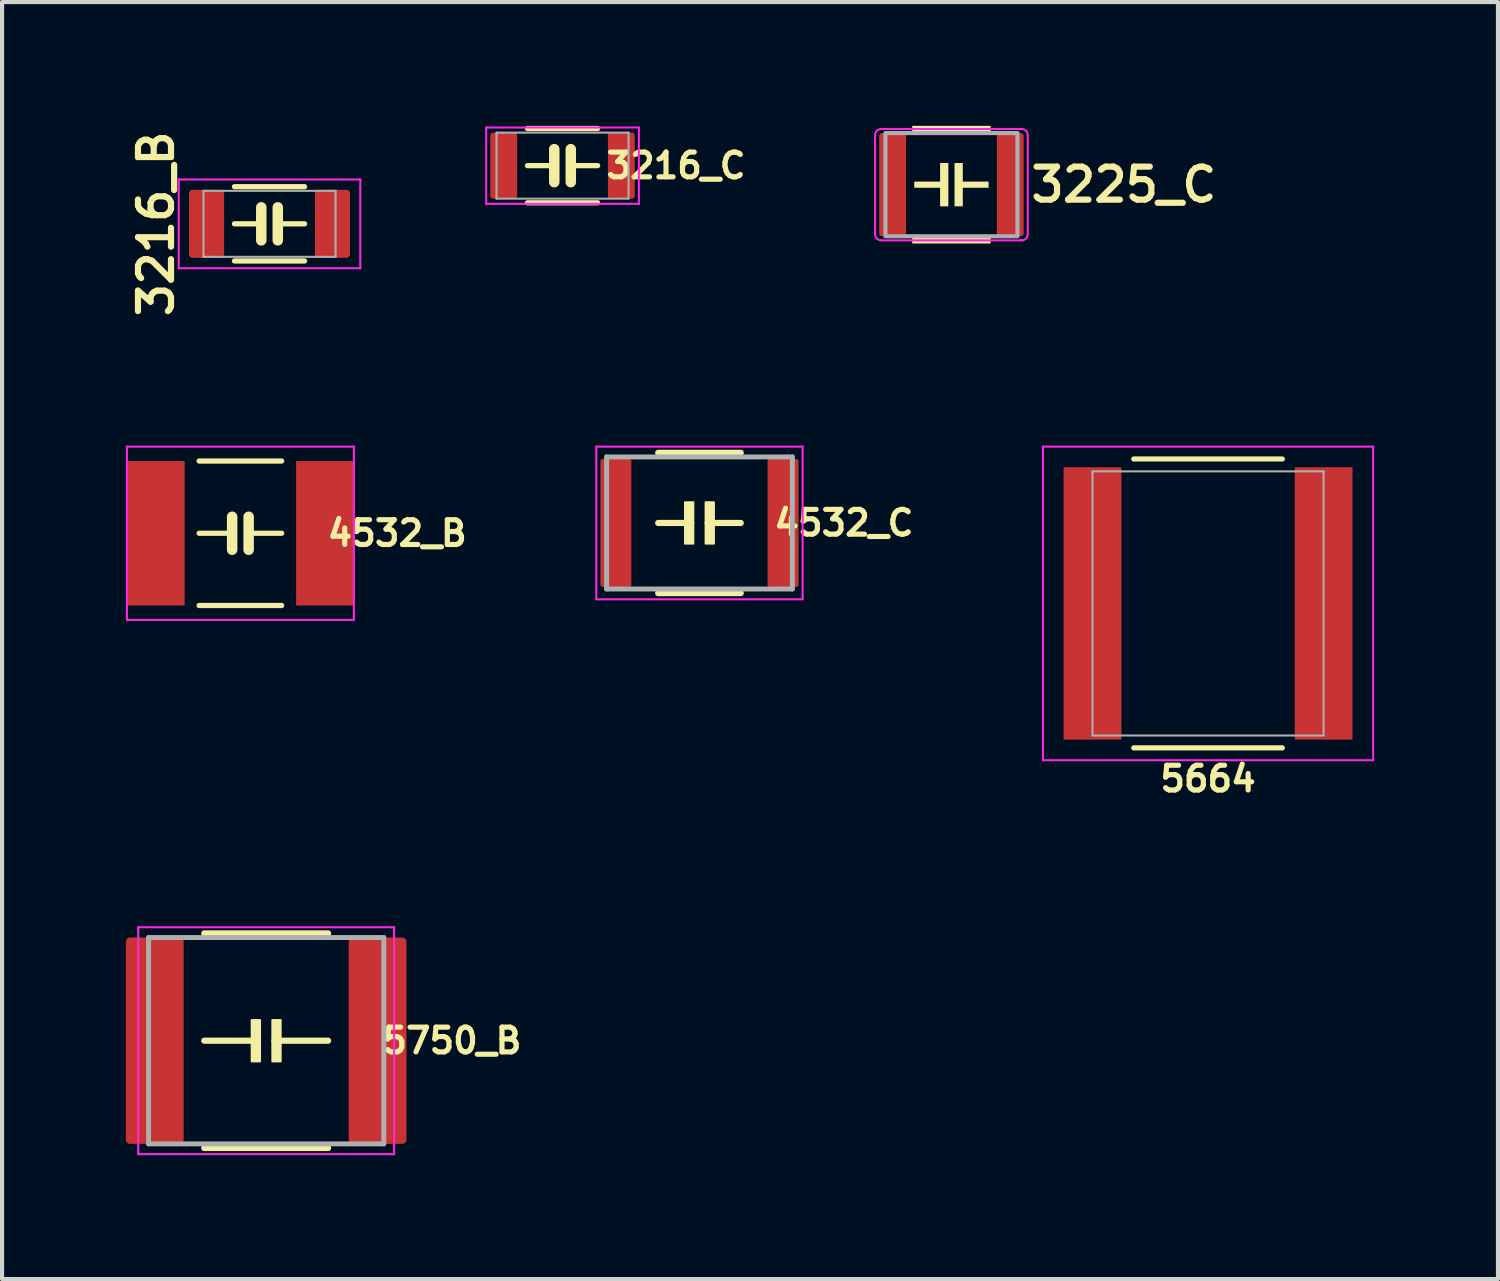
<source format=kicad_pcb>
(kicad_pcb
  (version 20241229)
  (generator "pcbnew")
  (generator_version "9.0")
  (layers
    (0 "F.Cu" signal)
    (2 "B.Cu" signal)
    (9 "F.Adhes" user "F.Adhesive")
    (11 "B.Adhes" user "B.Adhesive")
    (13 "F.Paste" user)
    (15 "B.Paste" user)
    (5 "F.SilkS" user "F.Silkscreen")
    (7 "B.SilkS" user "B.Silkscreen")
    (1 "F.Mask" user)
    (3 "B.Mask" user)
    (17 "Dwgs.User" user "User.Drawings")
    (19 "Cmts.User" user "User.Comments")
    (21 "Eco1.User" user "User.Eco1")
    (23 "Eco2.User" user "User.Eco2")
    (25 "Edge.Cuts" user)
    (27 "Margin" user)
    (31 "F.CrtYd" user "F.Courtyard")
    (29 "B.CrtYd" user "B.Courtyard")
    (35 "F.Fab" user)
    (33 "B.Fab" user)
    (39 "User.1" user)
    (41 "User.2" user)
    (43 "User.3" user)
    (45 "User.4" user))
  (footprint "4532_B"
    (layer "F.Cu")
    (at 2.775 9.872)
    (property "Reference" "4532_B" (at 3.8 0 0) (layer "F.SilkS") (effects (font (size 0.6 0.6) (thickness 0.125))))
    (attr smd)
    (fp_line (start -1 -1.75) (end 1 -1.75) (stroke (width 0.127) (type solid)) (layer "F.SilkS"))
    (fp_line (start -1 1.75) (end 1 1.75) (stroke (width 0.127) (type solid)) (layer "F.SilkS"))
    (fp_line (start -0.2 -0.4) (end -0.2 0.4) (stroke (width 0.254) (type solid)) (layer "F.SilkS"))
    (fp_line (start -0.2 0) (end -1 0) (stroke (width 0.127) (type solid)) (layer "F.SilkS"))
    (fp_line (start 0.2 -0.4) (end 0.2 0.4) (stroke (width 0.254) (type solid)) (layer "F.SilkS"))
    (fp_line (start 0.2 0) (end 1 0) (stroke (width 0.127) (type solid)) (layer "F.SilkS"))
    (fp_line (start -2.75 -2.1) (end -2.75 2.1) (stroke (width 0.05) (type solid)) (layer "F.CrtYd"))
    (fp_line (start -2.75 -2.1) (end 2.75 -2.1) (stroke (width 0.05) (type solid)) (layer "F.CrtYd"))
    (fp_line (start 2.75 -2.1) (end 2.75 2.1) (stroke (width 0.05) (type solid)) (layer "F.CrtYd"))
    (fp_line (start 2.75 2.1) (end -2.75 2.1) (stroke (width 0.05) (type solid)) (layer "F.CrtYd"))
    (pad "1" smd rect (at -2.05 0) (size 1.4 3.5) (layers "F.Cu" "F.Mask" "F.Paste"))
    (pad "2" smd rect (at 2.05 0) (size 1.4 3.5) (layers "F.Cu" "F.Mask" "F.Paste")))
  (footprint "4532_C"
    (layer "F.Cu")
    (at 13.899 9.622)
    (property "Reference" "4532_C" (at 3.5 0 0) (layer "F.SilkS") (effects (font (size 0.6 0.6) (thickness 0.125))))
    (attr smd)
    (fp_line (start -1 -1.7) (end 1 -1.7) (stroke (width 0.15) (type solid)) (layer "F.SilkS"))
    (fp_line (start -1 1.7) (end 1 1.7) (stroke (width 0.15) (type solid)) (layer "F.SilkS"))
    (fp_line (start -0.2 0) (end -1 0) (stroke (width 0.15) (type solid)) (layer "F.SilkS"))
    (fp_line (start 0.2 0) (end 1 0) (stroke (width 0.15) (type solid)) (layer "F.SilkS"))
    (fp_poly (pts (xy -0.35 -0.5) (xy -0.35 0.5) (xy -0.15 0.5) (xy -0.15 -0.5)) (stroke (width 0.05) (type solid)) (fill yes) (layer "F.SilkS"))
    (fp_poly (pts (xy 0.15 -0.5) (xy 0.15 0.5) (xy 0.35 0.5) (xy 0.35 -0.5)) (stroke (width 0.05) (type solid)) (fill yes) (layer "F.SilkS"))
    (fp_line (start -2.5 -1.85) (end -2.5 1.85) (stroke (width 0.05) (type solid)) (layer "F.CrtYd"))
    (fp_line (start -2.5 -1.85) (end 2.5 -1.85) (stroke (width 0.05) (type solid)) (layer "F.CrtYd"))
    (fp_line (start 2.5 -1.85) (end 2.5 1.85) (stroke (width 0.05) (type solid)) (layer "F.CrtYd"))
    (fp_line (start 2.5 1.85) (end -2.5 1.85) (stroke (width 0.05) (type solid)) (layer "F.CrtYd"))
    (fp_line (start -2.25 -1.6) (end 2.25 -1.6) (stroke (width 0.12) (type solid)) (layer "F.Fab"))
    (fp_line (start -2.25 1.6) (end -2.25 -1.6) (stroke (width 0.12) (type solid)) (layer "F.Fab"))
    (fp_line (start 2.25 -1.6) (end 2.25 1.6) (stroke (width 0.12) (type solid)) (layer "F.Fab"))
    (fp_line (start 2.25 1.6) (end -2.25 1.6) (stroke (width 0.12) (type solid)) (layer "F.Fab"))
    (pad "1" smd roundrect (at -2.025 0) (size 0.75 3.1) (layers "F.Cu" "F.Mask" "F.Paste") (roundrect_rratio 0.067))
    (pad "2" smd roundrect (at 2.025 0) (size 0.75 3.1) (layers "F.Cu" "F.Mask" "F.Paste") (roundrect_rratio 0.067)))
  (footprint "5664"
    (layer "F.Cu")
    (at 26.223 11.572)
    (property "Reference" "5664" (at 0 4.25 0) (layer "F.SilkS") (effects (font (size 0.6 0.6) (thickness 0.125))))
    (attr through_hole)
    (fp_line (start -1.8 -3.5) (end 1.8 -3.5) (stroke (width 0.125) (type solid)) (layer "F.SilkS"))
    (fp_line (start -1.8 3.5) (end 1.8 3.5) (stroke (width 0.125) (type solid)) (layer "F.SilkS"))
    (fp_line (start -4 -3.8) (end 4 -3.8) (stroke (width 0.05) (type solid)) (layer "F.CrtYd"))
    (fp_line (start -4 3.8) (end -4 -3.8) (stroke (width 0.05) (type solid)) (layer "F.CrtYd"))
    (fp_line (start 4 -3.8) (end 4 3.8) (stroke (width 0.05) (type solid)) (layer "F.CrtYd"))
    (fp_line (start 4 3.8) (end -4 3.8) (stroke (width 0.05) (type solid)) (layer "F.CrtYd"))
    (fp_line (start -2.8 -3.2) (end 2.8 -3.2) (stroke (width 0.05) (type solid)) (layer "F.Fab"))
    (fp_line (start -2.8 3.2) (end -2.8 -3.2) (stroke (width 0.05) (type solid)) (layer "F.Fab"))
    (fp_line (start 2.8 -3.2) (end 2.8 3.2) (stroke (width 0.05) (type solid)) (layer "F.Fab"))
    (fp_line (start 2.8 3.2) (end -2.8 3.2) (stroke (width 0.05) (type solid)) (layer "F.Fab"))
    (pad "1" smd rect (at -2.8 0) (size 1.4 6.6) (layers "F.Cu" "F.Mask" "F.Paste"))
    (pad "2" smd rect (at 2.8 0) (size 1.4 6.6) (layers "F.Cu" "F.Mask" "F.Paste")))
  (footprint "3216_B"
    (layer "F.Cu")
    (at 3.481 2.374)
    (property "Reference" "3216_B" (at -2.75 0 90) (layer "F.SilkS") (effects (font (size 0.8 0.8) (thickness 0.15))))
    (attr smd)
    (fp_line (start -0.85 -0.9) (end 0.85 -0.9) (stroke (width 0.127) (type solid)) (layer "F.SilkS"))
    (fp_line (start -0.85 0.9) (end 0.85 0.9) (stroke (width 0.127) (type solid)) (layer "F.SilkS"))
    (fp_line (start -0.2 -0.4) (end -0.2 0.4) (stroke (width 0.254) (type solid)) (layer "F.SilkS"))
    (fp_line (start -0.2 0) (end -0.85 0) (stroke (width 0.127) (type solid)) (layer "F.SilkS"))
    (fp_line (start 0.2 -0.4) (end 0.2 0.4) (stroke (width 0.254) (type solid)) (layer "F.SilkS"))
    (fp_line (start 0.2 0) (end 0.85 0) (stroke (width 0.127) (type solid)) (layer "F.SilkS"))
    (fp_line (start -2.2 -1.075) (end -2.2 1.075) (stroke (width 0.05) (type solid)) (layer "F.CrtYd"))
    (fp_line (start -2.2 -1.075) (end 2.2 -1.075) (stroke (width 0.05) (type solid)) (layer "F.CrtYd"))
    (fp_line (start 2.2 -1.075) (end 2.2 1.075) (stroke (width 0.05) (type solid)) (layer "F.CrtYd"))
    (fp_line (start 2.2 1.075) (end -2.2 1.075) (stroke (width 0.05) (type solid)) (layer "F.CrtYd"))
    (fp_line (start -1.6 -0.8) (end 1.6 -0.8) (stroke (width 0.05) (type solid)) (layer "F.Fab"))
    (fp_line (start -1.6 0.8) (end -1.6 -0.8) (stroke (width 0.05) (type solid)) (layer "F.Fab"))
    (fp_line (start 1.6 -0.8) (end 1.6 0.8) (stroke (width 0.05) (type solid)) (layer "F.Fab"))
    (fp_line (start 1.6 0.8) (end -1.6 0.8) (stroke (width 0.05) (type solid)) (layer "F.Fab"))
    (pad "" smd roundrect (at -1.525 0) (size 0.85 1.2) (layers "F.Paste") (roundrect_rratio 0.3))
    (pad "" smd roundrect (at 1.525 0) (size 0.85 1.2) (layers "F.Paste") (roundrect_rratio 0.3))
    (pad "1" smd roundrect (at -1.525 0) (size 0.85 1.65) (layers "F.Cu" "F.Mask") (roundrect_rratio 0.1))
    (pad "2" smd roundrect (at 1.525 0) (size 0.85 1.65) (layers "F.Cu" "F.Mask") (roundrect_rratio 0.1)))
  (footprint "3216_C"
    (layer "F.Cu")
    (at 10.581 0.964)
    (property "Reference" "3216_C" (at 2.75 0 0) (layer "F.SilkS") (effects (font (size 0.6 0.6) (thickness 0.125))))
    (attr smd)
    (fp_line (start -0.85 -0.9) (end 0.85 -0.9) (stroke (width 0.127) (type solid)) (layer "F.SilkS"))
    (fp_line (start -0.85 0.9) (end 0.85 0.9) (stroke (width 0.127) (type solid)) (layer "F.SilkS"))
    (fp_line (start -0.2 -0.4) (end -0.2 0.4) (stroke (width 0.254) (type solid)) (layer "F.SilkS"))
    (fp_line (start -0.2 0) (end -0.85 0) (stroke (width 0.127) (type solid)) (layer "F.SilkS"))
    (fp_line (start 0.2 -0.4) (end 0.2 0.4) (stroke (width 0.254) (type solid)) (layer "F.SilkS"))
    (fp_line (start 0.2 0) (end 0.85 0) (stroke (width 0.127) (type solid)) (layer "F.SilkS"))
    (fp_line (start -1.85 -0.925) (end -1.85 0.925) (stroke (width 0.05) (type solid)) (layer "F.CrtYd"))
    (fp_line (start -1.85 -0.925) (end 1.85 -0.925) (stroke (width 0.05) (type solid)) (layer "F.CrtYd"))
    (fp_line (start 1.85 -0.925) (end 1.85 0.925) (stroke (width 0.05) (type solid)) (layer "F.CrtYd"))
    (fp_line (start 1.85 0.925) (end -1.85 0.925) (stroke (width 0.05) (type solid)) (layer "F.CrtYd"))
    (fp_line (start -1.6 -0.8) (end 1.6 -0.8) (stroke (width 0.05) (type solid)) (layer "F.Fab"))
    (fp_line (start -1.6 0.8) (end -1.6 -0.8) (stroke (width 0.05) (type solid)) (layer "F.Fab"))
    (fp_line (start 1.6 -0.8) (end 1.6 0.8) (stroke (width 0.05) (type solid)) (layer "F.Fab"))
    (fp_line (start 1.6 0.8) (end -1.6 0.8) (stroke (width 0.05) (type solid)) (layer "F.Fab"))
    (pad "1" smd roundrect (at -1.425 0) (size 0.65 1.6) (layers "F.Cu" "F.Mask" "F.Paste") (roundrect_rratio 0.1))
    (pad "2" smd roundrect (at 1.425 0) (size 0.65 1.6) (layers "F.Cu" "F.Mask" "F.Paste") (roundrect_rratio 0.1)))
  (footprint "5750_B"
    (layer "F.Cu")
    (at 3.4 22.168)
    (property "Reference" "5750_B" (at 4.5 0 0) (layer "F.SilkS") (effects (font (size 0.6 0.6) (thickness 0.125))))
    (attr smd)
    (fp_line (start -1.5 -2.6) (end 1.5 -2.6) (stroke (width 0.15) (type solid)) (layer "F.SilkS"))
    (fp_line (start -1.5 2.6) (end 1.5 2.6) (stroke (width 0.15) (type solid)) (layer "F.SilkS"))
    (fp_line (start -0.2 0) (end -1.5 0) (stroke (width 0.15) (type solid)) (layer "F.SilkS"))
    (fp_line (start 0.2 0) (end 1.5 0) (stroke (width 0.15) (type solid)) (layer "F.SilkS"))
    (fp_poly (pts (xy -0.35 -0.5) (xy -0.35 0.5) (xy -0.15 0.5) (xy -0.15 -0.5)) (stroke (width 0.05) (type solid)) (fill yes) (layer "F.SilkS"))
    (fp_poly (pts (xy 0.15 -0.5) (xy 0.15 0.5) (xy 0.35 0.5) (xy 0.35 -0.5)) (stroke (width 0.05) (type solid)) (fill yes) (layer "F.SilkS"))
    (fp_line (start -3.1 -2.75) (end -3.1 2.75) (stroke (width 0.05) (type solid)) (layer "F.CrtYd"))
    (fp_line (start -3.1 -2.75) (end 3.1 -2.75) (stroke (width 0.05) (type solid)) (layer "F.CrtYd"))
    (fp_line (start 3.1 -2.75) (end 3.1 2.75) (stroke (width 0.05) (type solid)) (layer "F.CrtYd"))
    (fp_line (start 3.1 2.75) (end -3.1 2.75) (stroke (width 0.05) (type solid)) (layer "F.CrtYd"))
    (fp_line (start -2.85 -2.5) (end 2.85 -2.5) (stroke (width 0.12) (type solid)) (layer "F.Fab"))
    (fp_line (start -2.85 2.5) (end -2.85 -2.5) (stroke (width 0.12) (type solid)) (layer "F.Fab"))
    (fp_line (start 2.85 -2.5) (end 2.85 2.5) (stroke (width 0.12) (type solid)) (layer "F.Fab"))
    (fp_line (start 2.85 2.5) (end -2.85 2.5) (stroke (width 0.12) (type solid)) (layer "F.Fab"))
    (pad "1" smd roundrect (at -2.7 0) (size 1.4 5) (layers "F.Cu" "F.Mask" "F.Paste") (roundrect_rratio 0.071))
    (pad "2" smd roundrect (at 2.7 0) (size 1.4 5) (layers "F.Cu" "F.Mask" "F.Paste") (roundrect_rratio 0.071)))
  (footprint "3225_C"
    (layer "F.Cu")
    (at 20.005 1.425)
    (property "Reference" "3225_C" (at 1.85 0 0) (layer "F.SilkS") (effects (font (size 0.8 0.8) (thickness 0.15)) (justify left)))
    (attr smd)
    (fp_poly (pts (xy 0.95 -1.275) (xy -0.95 -1.275) (xy -0.95 -1.425) (xy 0.95 -1.425)) (stroke (width 0) (type solid)) (fill yes) (layer "F.SilkS"))
    (fp_poly (pts (xy 0.95 1.425) (xy -0.95 1.425) (xy -0.95 1.275) (xy 0.95 1.275)) (stroke (width 0) (type solid)) (fill yes) (layer "F.SilkS"))
    (fp_poly (pts (xy -0.275 0.075) (xy -0.9 0.075) (xy -0.9 -0.075) (xy -0.275 -0.075) (xy -0.275 -0.525) (xy -0.075 -0.525) (xy -0.075 0.525) (xy -0.275 0.525)) (stroke (width 0) (type solid)) (fill yes) (layer "F.SilkS"))
    (fp_poly (pts (xy 0.275 -0.075) (xy 0.9 -0.075) (xy 0.9 0.075) (xy 0.275 0.075) (xy 0.275 0.525) (xy 0.075 0.525) (xy 0.075 -0.525) (xy 0.275 -0.525)) (stroke (width 0) (type solid)) (fill yes) (layer "F.SilkS"))
    (fp_line (start -1.85 -1.2) (end -1.85 1.2) (stroke (width 0.05) (type solid)) (layer "F.CrtYd"))
    (fp_line (start -1.7 -1.35) (end 1.7 -1.35) (stroke (width 0.05) (type solid)) (layer "F.CrtYd"))
    (fp_line (start 1.7 1.35) (end -1.7 1.35) (stroke (width 0.05) (type solid)) (layer "F.CrtYd"))
    (fp_line (start 1.85 -1.2) (end 1.85 1.2) (stroke (width 0.05) (type solid)) (layer "F.CrtYd"))
    (fp_arc (start -1.85 -1.2) (mid -1.806066 -1.306066) (end -1.7 -1.35) (stroke (width 0.05) (type solid)) (layer "F.CrtYd"))
    (fp_arc (start -1.7 1.35) (mid -1.806066 1.306066) (end -1.85 1.2) (stroke (width 0.05) (type solid)) (layer "F.CrtYd"))
    (fp_arc (start 1.7 -1.35) (mid 1.806066 -1.306066) (end 1.85 -1.2) (stroke (width 0.05) (type solid)) (layer "F.CrtYd"))
    (fp_arc (start 1.85 1.2) (mid 1.806066 1.306066) (end 1.7 1.35) (stroke (width 0.05) (type solid)) (layer "F.CrtYd"))
    (fp_rect (start -1.6 -1.25) (end 1.6 1.25) (stroke (width 0.1) (type solid)) (fill no) (layer "F.Fab"))
    (pad "1" smd roundrect (at -1.425 0) (size 0.65 2.5) (layers "F.Cu" "F.Mask" "F.Paste") (roundrect_rratio 0.1))
    (pad "2" smd roundrect (at 1.425 0) (size 0.65 2.5) (layers "F.Cu" "F.Mask" "F.Paste") (roundrect_rratio 0.1)))
  (gr_rect
    (start -3 -3)
    (end 33.248 27.943)
    (stroke (width 0.1) (type default))
    (fill no)
    (layer "Edge.Cuts")))
</source>
